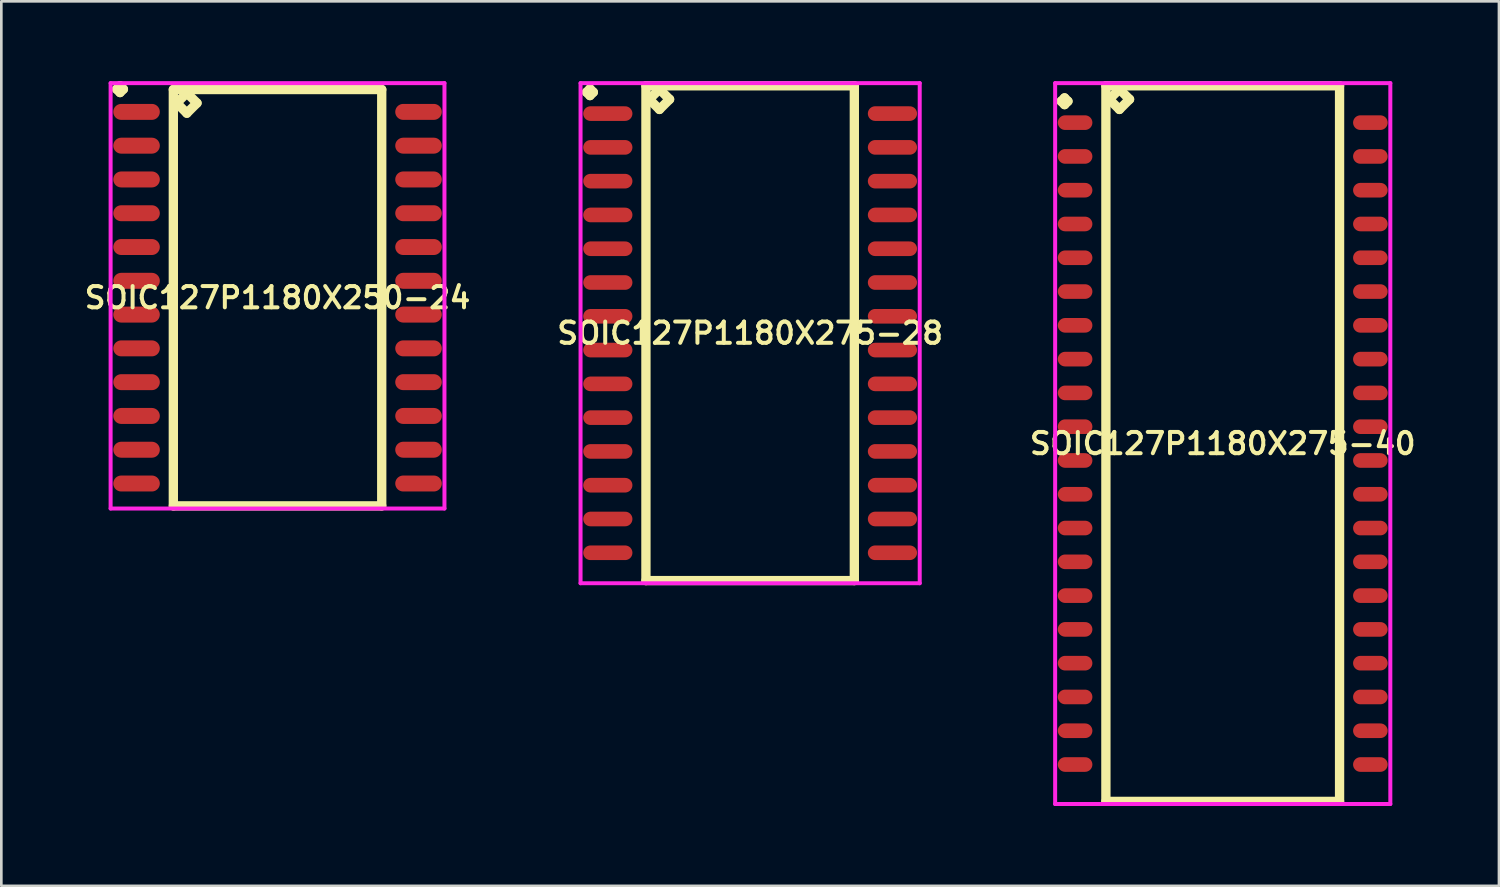
<source format=kicad_pcb>
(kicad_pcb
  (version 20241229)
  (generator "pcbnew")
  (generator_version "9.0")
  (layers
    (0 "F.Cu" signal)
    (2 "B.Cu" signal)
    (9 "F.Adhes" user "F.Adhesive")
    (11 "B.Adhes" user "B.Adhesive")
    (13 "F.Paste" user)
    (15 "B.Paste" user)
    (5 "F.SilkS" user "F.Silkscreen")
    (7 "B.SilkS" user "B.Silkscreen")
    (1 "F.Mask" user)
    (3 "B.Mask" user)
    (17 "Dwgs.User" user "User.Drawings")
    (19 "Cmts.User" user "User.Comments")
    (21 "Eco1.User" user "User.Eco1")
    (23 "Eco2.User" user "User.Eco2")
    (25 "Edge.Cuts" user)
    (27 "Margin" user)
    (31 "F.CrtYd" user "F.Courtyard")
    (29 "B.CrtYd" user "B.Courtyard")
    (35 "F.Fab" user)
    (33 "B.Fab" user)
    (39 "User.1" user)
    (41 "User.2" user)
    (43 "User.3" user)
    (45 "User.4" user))
  (footprint "SOIC127P1180X275-40"
    (layer "F.Cu")
    (at 42.915 13.625)
    (property "Reference" "SOIC127P1180X275-40" (at 0 0 0) (layer "F.SilkS") (effects (font (size 0.8 0.8) (thickness 0.15))))
    (attr smd)
    (fp_line (start -6.073 -12.869) (end -5.946 -12.996) (stroke (width 0.35) (type solid)) (layer "F.SilkS"))
    (fp_line (start -5.946 -12.996) (end -5.819 -12.869) (stroke (width 0.35) (type solid)) (layer "F.SilkS"))
    (fp_line (start -5.946 -12.742) (end -6.073 -12.869) (stroke (width 0.35) (type solid)) (layer "F.SilkS"))
    (fp_line (start -5.819 -12.869) (end -5.946 -12.742) (stroke (width 0.35) (type solid)) (layer "F.SilkS"))
    (fp_line (start -4.392 -13.45) (end -4.392 13.45) (stroke (width 0.35) (type solid)) (layer "F.SilkS"))
    (fp_line (start -4.392 13.45) (end 4.392 13.45) (stroke (width 0.35) (type solid)) (layer "F.SilkS"))
    (fp_line (start -4.265 -12.942) (end -3.884 -13.323) (stroke (width 0.35) (type solid)) (layer "F.SilkS"))
    (fp_line (start -3.884 -13.323) (end -3.503 -12.942) (stroke (width 0.35) (type solid)) (layer "F.SilkS"))
    (fp_line (start -3.884 -12.561) (end -4.265 -12.942) (stroke (width 0.35) (type solid)) (layer "F.SilkS"))
    (fp_line (start -3.503 -12.942) (end -3.884 -12.561) (stroke (width 0.35) (type solid)) (layer "F.SilkS"))
    (fp_line (start 4.392 -13.45) (end -4.392 -13.45) (stroke (width 0.35) (type solid)) (layer "F.SilkS"))
    (fp_line (start 4.392 13.45) (end 4.392 -13.45) (stroke (width 0.35) (type solid)) (layer "F.SilkS"))
    (fp_line (start -6.3 -13.55) (end 6.3 -13.55) (stroke (width 0.15) (type solid)) (layer "F.CrtYd"))
    (fp_line (start -6.3 13.55) (end -6.3 -13.55) (stroke (width 0.15) (type solid)) (layer "F.CrtYd"))
    (fp_line (start 6.3 -13.55) (end 6.3 13.55) (stroke (width 0.15) (type solid)) (layer "F.CrtYd"))
    (fp_line (start 6.3 13.55) (end -6.3 13.55) (stroke (width 0.15) (type solid)) (layer "F.CrtYd"))
    (pad "1" smd oval (at -5.55 -12.065) (size 1.3 0.55) (layers "F.Cu" "F.Mask" "F.Paste"))
    (pad "2" smd oval (at -5.55 -10.795) (size 1.3 0.55) (layers "F.Cu" "F.Mask" "F.Paste"))
    (pad "3" smd oval (at -5.55 -9.525) (size 1.3 0.55) (layers "F.Cu" "F.Mask" "F.Paste"))
    (pad "4" smd oval (at -5.55 -8.255) (size 1.3 0.55) (layers "F.Cu" "F.Mask" "F.Paste"))
    (pad "5" smd oval (at -5.55 -6.985) (size 1.3 0.55) (layers "F.Cu" "F.Mask" "F.Paste"))
    (pad "6" smd oval (at -5.55 -5.715) (size 1.3 0.55) (layers "F.Cu" "F.Mask" "F.Paste"))
    (pad "7" smd oval (at -5.55 -4.445) (size 1.3 0.55) (layers "F.Cu" "F.Mask" "F.Paste"))
    (pad "8" smd oval (at -5.55 -3.175) (size 1.3 0.55) (layers "F.Cu" "F.Mask" "F.Paste"))
    (pad "9" smd oval (at -5.55 -1.905) (size 1.3 0.55) (layers "F.Cu" "F.Mask" "F.Paste"))
    (pad "10" smd oval (at -5.55 -0.635) (size 1.3 0.55) (layers "F.Cu" "F.Mask" "F.Paste"))
    (pad "11" smd oval (at -5.55 0.635) (size 1.3 0.55) (layers "F.Cu" "F.Mask" "F.Paste"))
    (pad "12" smd oval (at -5.55 1.905) (size 1.3 0.55) (layers "F.Cu" "F.Mask" "F.Paste"))
    (pad "13" smd oval (at -5.55 3.175) (size 1.3 0.55) (layers "F.Cu" "F.Mask" "F.Paste"))
    (pad "14" smd oval (at -5.55 4.445) (size 1.3 0.55) (layers "F.Cu" "F.Mask" "F.Paste"))
    (pad "15" smd oval (at -5.55 5.715) (size 1.3 0.55) (layers "F.Cu" "F.Mask" "F.Paste"))
    (pad "16" smd oval (at -5.55 6.985) (size 1.3 0.55) (layers "F.Cu" "F.Mask" "F.Paste"))
    (pad "17" smd oval (at -5.55 8.255) (size 1.3 0.55) (layers "F.Cu" "F.Mask" "F.Paste"))
    (pad "18" smd oval (at -5.55 9.525) (size 1.3 0.55) (layers "F.Cu" "F.Mask" "F.Paste"))
    (pad "19" smd oval (at -5.55 10.795) (size 1.3 0.55) (layers "F.Cu" "F.Mask" "F.Paste"))
    (pad "20" smd oval (at -5.55 12.065) (size 1.3 0.55) (layers "F.Cu" "F.Mask" "F.Paste"))
    (pad "21" smd oval (at 5.55 12.065) (size 1.3 0.55) (layers "F.Cu" "F.Mask" "F.Paste"))
    (pad "22" smd oval (at 5.55 10.795) (size 1.3 0.55) (layers "F.Cu" "F.Mask" "F.Paste"))
    (pad "23" smd oval (at 5.55 9.525) (size 1.3 0.55) (layers "F.Cu" "F.Mask" "F.Paste"))
    (pad "24" smd oval (at 5.55 8.255) (size 1.3 0.55) (layers "F.Cu" "F.Mask" "F.Paste"))
    (pad "25" smd oval (at 5.55 6.985) (size 1.3 0.55) (layers "F.Cu" "F.Mask" "F.Paste"))
    (pad "26" smd oval (at 5.55 5.715) (size 1.3 0.55) (layers "F.Cu" "F.Mask" "F.Paste"))
    (pad "27" smd oval (at 5.55 4.445) (size 1.3 0.55) (layers "F.Cu" "F.Mask" "F.Paste"))
    (pad "28" smd oval (at 5.55 3.175) (size 1.3 0.55) (layers "F.Cu" "F.Mask" "F.Paste"))
    (pad "29" smd oval (at 5.55 1.905) (size 1.3 0.55) (layers "F.Cu" "F.Mask" "F.Paste"))
    (pad "30" smd oval (at 5.55 0.635) (size 1.3 0.55) (layers "F.Cu" "F.Mask" "F.Paste"))
    (pad "31" smd oval (at 5.55 -0.635) (size 1.3 0.55) (layers "F.Cu" "F.Mask" "F.Paste"))
    (pad "32" smd oval (at 5.55 -1.905) (size 1.3 0.55) (layers "F.Cu" "F.Mask" "F.Paste"))
    (pad "33" smd oval (at 5.55 -3.175) (size 1.3 0.55) (layers "F.Cu" "F.Mask" "F.Paste"))
    (pad "34" smd oval (at 5.55 -4.445) (size 1.3 0.55) (layers "F.Cu" "F.Mask" "F.Paste"))
    (pad "35" smd oval (at 5.55 -5.715) (size 1.3 0.55) (layers "F.Cu" "F.Mask" "F.Paste"))
    (pad "36" smd oval (at 5.55 -6.985) (size 1.3 0.55) (layers "F.Cu" "F.Mask" "F.Paste"))
    (pad "37" smd oval (at 5.55 -8.255) (size 1.3 0.55) (layers "F.Cu" "F.Mask" "F.Paste"))
    (pad "38" smd oval (at 5.55 -9.525) (size 1.3 0.55) (layers "F.Cu" "F.Mask" "F.Paste"))
    (pad "39" smd oval (at 5.55 -10.795) (size 1.3 0.55) (layers "F.Cu" "F.Mask" "F.Paste"))
    (pad "40" smd oval (at 5.55 -12.065) (size 1.3 0.55) (layers "F.Cu" "F.Mask" "F.Paste")))
  (footprint "SOIC127P1180X250-24"
    (layer "F.Cu")
    (at 7.383 8.141)
    (property "Reference" "SOIC127P1180X250-24" (at 0 0 0) (layer "F.SilkS") (effects (font (size 0.8 0.8) (thickness 0.15))))
    (attr smd)
    (fp_line (start -6.048 -7.839) (end -5.921 -7.966) (stroke (width 0.35) (type solid)) (layer "F.SilkS"))
    (fp_line (start -5.921 -7.966) (end -5.794 -7.839) (stroke (width 0.35) (type solid)) (layer "F.SilkS"))
    (fp_line (start -5.921 -7.712) (end -6.048 -7.839) (stroke (width 0.35) (type solid)) (layer "F.SilkS"))
    (fp_line (start -5.794 -7.839) (end -5.921 -7.712) (stroke (width 0.35) (type solid)) (layer "F.SilkS"))
    (fp_line (start -3.917 -7.825) (end -3.917 7.825) (stroke (width 0.35) (type solid)) (layer "F.SilkS"))
    (fp_line (start -3.917 7.825) (end 3.917 7.825) (stroke (width 0.35) (type solid)) (layer "F.SilkS"))
    (fp_line (start -3.79 -7.317) (end -3.409 -7.698) (stroke (width 0.35) (type solid)) (layer "F.SilkS"))
    (fp_line (start -3.409 -7.698) (end -3.028 -7.317) (stroke (width 0.35) (type solid)) (layer "F.SilkS"))
    (fp_line (start -3.409 -6.936) (end -3.79 -7.317) (stroke (width 0.35) (type solid)) (layer "F.SilkS"))
    (fp_line (start -3.028 -7.317) (end -3.409 -6.936) (stroke (width 0.35) (type solid)) (layer "F.SilkS"))
    (fp_line (start 3.917 -7.825) (end -3.917 -7.825) (stroke (width 0.35) (type solid)) (layer "F.SilkS"))
    (fp_line (start 3.917 7.825) (end 3.917 -7.825) (stroke (width 0.35) (type solid)) (layer "F.SilkS"))
    (fp_line (start -6.275 -8.066) (end 6.275 -8.066) (stroke (width 0.15) (type solid)) (layer "F.CrtYd"))
    (fp_line (start -6.275 7.925) (end -6.275 -8.066) (stroke (width 0.15) (type solid)) (layer "F.CrtYd"))
    (fp_line (start 6.275 -8.066) (end 6.275 7.925) (stroke (width 0.15) (type solid)) (layer "F.CrtYd"))
    (fp_line (start 6.275 7.925) (end -6.275 7.925) (stroke (width 0.15) (type solid)) (layer "F.CrtYd"))
    (pad "1" smd oval (at -5.3 -6.985) (size 1.75 0.6) (layers "F.Cu" "F.Mask" "F.Paste"))
    (pad "2" smd oval (at -5.3 -5.715) (size 1.75 0.6) (layers "F.Cu" "F.Mask" "F.Paste"))
    (pad "3" smd oval (at -5.3 -4.445) (size 1.75 0.6) (layers "F.Cu" "F.Mask" "F.Paste"))
    (pad "4" smd oval (at -5.3 -3.175) (size 1.75 0.6) (layers "F.Cu" "F.Mask" "F.Paste"))
    (pad "5" smd oval (at -5.3 -1.905) (size 1.75 0.6) (layers "F.Cu" "F.Mask" "F.Paste"))
    (pad "6" smd oval (at -5.3 -0.635) (size 1.75 0.6) (layers "F.Cu" "F.Mask" "F.Paste"))
    (pad "7" smd oval (at -5.3 0.635) (size 1.75 0.6) (layers "F.Cu" "F.Mask" "F.Paste"))
    (pad "8" smd oval (at -5.3 1.905) (size 1.75 0.6) (layers "F.Cu" "F.Mask" "F.Paste"))
    (pad "9" smd oval (at -5.3 3.175) (size 1.75 0.6) (layers "F.Cu" "F.Mask" "F.Paste"))
    (pad "10" smd oval (at -5.3 4.445) (size 1.75 0.6) (layers "F.Cu" "F.Mask" "F.Paste"))
    (pad "11" smd oval (at -5.3 5.715) (size 1.75 0.6) (layers "F.Cu" "F.Mask" "F.Paste"))
    (pad "12" smd oval (at -5.3 6.985) (size 1.75 0.6) (layers "F.Cu" "F.Mask" "F.Paste"))
    (pad "13" smd oval (at 5.3 6.985) (size 1.75 0.6) (layers "F.Cu" "F.Mask" "F.Paste"))
    (pad "14" smd oval (at 5.3 5.715) (size 1.75 0.6) (layers "F.Cu" "F.Mask" "F.Paste"))
    (pad "15" smd oval (at 5.3 4.445) (size 1.75 0.6) (layers "F.Cu" "F.Mask" "F.Paste"))
    (pad "16" smd oval (at 5.3 3.175) (size 1.75 0.6) (layers "F.Cu" "F.Mask" "F.Paste"))
    (pad "17" smd oval (at 5.3 1.905) (size 1.75 0.6) (layers "F.Cu" "F.Mask" "F.Paste"))
    (pad "18" smd oval (at 5.3 0.635) (size 1.75 0.6) (layers "F.Cu" "F.Mask" "F.Paste"))
    (pad "19" smd oval (at 5.3 -0.635) (size 1.75 0.6) (layers "F.Cu" "F.Mask" "F.Paste"))
    (pad "20" smd oval (at 5.3 -1.905) (size 1.75 0.6) (layers "F.Cu" "F.Mask" "F.Paste"))
    (pad "21" smd oval (at 5.3 -3.175) (size 1.75 0.6) (layers "F.Cu" "F.Mask" "F.Paste"))
    (pad "22" smd oval (at 5.3 -4.445) (size 1.75 0.6) (layers "F.Cu" "F.Mask" "F.Paste"))
    (pad "23" smd oval (at 5.3 -5.715) (size 1.75 0.6) (layers "F.Cu" "F.Mask" "F.Paste"))
    (pad "24" smd oval (at 5.3 -6.985) (size 1.75 0.6) (layers "F.Cu" "F.Mask" "F.Paste")))
  (footprint "SOIC127P1180X275-28"
    (layer "F.Cu")
    (at 25.149 9.475)
    (property "Reference" "SOIC127P1180X275-28" (at 0 0 0) (layer "F.SilkS") (effects (font (size 0.8 0.8) (thickness 0.15))))
    (attr smd)
    (fp_line (start -6.148 -9.059) (end -6.021 -9.186) (stroke (width 0.35) (type solid)) (layer "F.SilkS"))
    (fp_line (start -6.021 -9.186) (end -5.894 -9.059) (stroke (width 0.35) (type solid)) (layer "F.SilkS"))
    (fp_line (start -6.021 -8.932) (end -6.148 -9.059) (stroke (width 0.35) (type solid)) (layer "F.SilkS"))
    (fp_line (start -5.894 -9.059) (end -6.021 -8.932) (stroke (width 0.35) (type solid)) (layer "F.SilkS"))
    (fp_line (start -3.917 -9.3) (end -3.917 9.3) (stroke (width 0.35) (type solid)) (layer "F.SilkS"))
    (fp_line (start -3.917 9.3) (end 3.917 9.3) (stroke (width 0.35) (type solid)) (layer "F.SilkS"))
    (fp_line (start -3.79 -8.792) (end -3.409 -9.173) (stroke (width 0.35) (type solid)) (layer "F.SilkS"))
    (fp_line (start -3.409 -9.173) (end -3.028 -8.792) (stroke (width 0.35) (type solid)) (layer "F.SilkS"))
    (fp_line (start -3.409 -8.411) (end -3.79 -8.792) (stroke (width 0.35) (type solid)) (layer "F.SilkS"))
    (fp_line (start -3.028 -8.792) (end -3.409 -8.411) (stroke (width 0.35) (type solid)) (layer "F.SilkS"))
    (fp_line (start 3.917 -9.3) (end -3.917 -9.3) (stroke (width 0.35) (type solid)) (layer "F.SilkS"))
    (fp_line (start 3.917 9.3) (end 3.917 -9.3) (stroke (width 0.35) (type solid)) (layer "F.SilkS"))
    (fp_line (start -6.375 -9.4) (end 6.375 -9.4) (stroke (width 0.15) (type solid)) (layer "F.CrtYd"))
    (fp_line (start -6.375 9.4) (end -6.375 -9.4) (stroke (width 0.15) (type solid)) (layer "F.CrtYd"))
    (fp_line (start 6.375 -9.4) (end 6.375 9.4) (stroke (width 0.15) (type solid)) (layer "F.CrtYd"))
    (fp_line (start 6.375 9.4) (end -6.375 9.4) (stroke (width 0.15) (type solid)) (layer "F.CrtYd"))
    (pad "1" smd oval (at -5.35 -8.255) (size 1.85 0.55) (layers "F.Cu" "F.Mask" "F.Paste"))
    (pad "2" smd oval (at -5.35 -6.985) (size 1.85 0.55) (layers "F.Cu" "F.Mask" "F.Paste"))
    (pad "3" smd oval (at -5.35 -5.715) (size 1.85 0.55) (layers "F.Cu" "F.Mask" "F.Paste"))
    (pad "4" smd oval (at -5.35 -4.445) (size 1.85 0.55) (layers "F.Cu" "F.Mask" "F.Paste"))
    (pad "5" smd oval (at -5.35 -3.175) (size 1.85 0.55) (layers "F.Cu" "F.Mask" "F.Paste"))
    (pad "6" smd oval (at -5.35 -1.905) (size 1.85 0.55) (layers "F.Cu" "F.Mask" "F.Paste"))
    (pad "7" smd oval (at -5.35 -0.635) (size 1.85 0.55) (layers "F.Cu" "F.Mask" "F.Paste"))
    (pad "8" smd oval (at -5.35 0.635) (size 1.85 0.55) (layers "F.Cu" "F.Mask" "F.Paste"))
    (pad "9" smd oval (at -5.35 1.905) (size 1.85 0.55) (layers "F.Cu" "F.Mask" "F.Paste"))
    (pad "10" smd oval (at -5.35 3.175) (size 1.85 0.55) (layers "F.Cu" "F.Mask" "F.Paste"))
    (pad "11" smd oval (at -5.35 4.445) (size 1.85 0.55) (layers "F.Cu" "F.Mask" "F.Paste"))
    (pad "12" smd oval (at -5.35 5.715) (size 1.85 0.55) (layers "F.Cu" "F.Mask" "F.Paste"))
    (pad "13" smd oval (at -5.35 6.985) (size 1.85 0.55) (layers "F.Cu" "F.Mask" "F.Paste"))
    (pad "14" smd oval (at -5.35 8.255) (size 1.85 0.55) (layers "F.Cu" "F.Mask" "F.Paste"))
    (pad "15" smd oval (at 5.35 8.255) (size 1.85 0.55) (layers "F.Cu" "F.Mask" "F.Paste"))
    (pad "16" smd oval (at 5.35 6.985) (size 1.85 0.55) (layers "F.Cu" "F.Mask" "F.Paste"))
    (pad "17" smd oval (at 5.35 5.715) (size 1.85 0.55) (layers "F.Cu" "F.Mask" "F.Paste"))
    (pad "18" smd oval (at 5.35 4.445) (size 1.85 0.55) (layers "F.Cu" "F.Mask" "F.Paste"))
    (pad "19" smd oval (at 5.35 3.175) (size 1.85 0.55) (layers "F.Cu" "F.Mask" "F.Paste"))
    (pad "20" smd oval (at 5.35 1.905) (size 1.85 0.55) (layers "F.Cu" "F.Mask" "F.Paste"))
    (pad "21" smd oval (at 5.35 0.635) (size 1.85 0.55) (layers "F.Cu" "F.Mask" "F.Paste"))
    (pad "22" smd oval (at 5.35 -0.635) (size 1.85 0.55) (layers "F.Cu" "F.Mask" "F.Paste"))
    (pad "23" smd oval (at 5.35 -1.905) (size 1.85 0.55) (layers "F.Cu" "F.Mask" "F.Paste"))
    (pad "24" smd oval (at 5.35 -3.175) (size 1.85 0.55) (layers "F.Cu" "F.Mask" "F.Paste"))
    (pad "25" smd oval (at 5.35 -4.445) (size 1.85 0.55) (layers "F.Cu" "F.Mask" "F.Paste"))
    (pad "26" smd oval (at 5.35 -5.715) (size 1.85 0.55) (layers "F.Cu" "F.Mask" "F.Paste"))
    (pad "27" smd oval (at 5.35 -6.985) (size 1.85 0.55) (layers "F.Cu" "F.Mask" "F.Paste"))
    (pad "28" smd oval (at 5.35 -8.255) (size 1.85 0.55) (layers "F.Cu" "F.Mask" "F.Paste")))
  (gr_rect
    (start -3 -3)
    (end 53.299 30.25)
    (stroke (width 0.1) (type default))
    (fill no)
    (layer "Edge.Cuts")))
</source>
